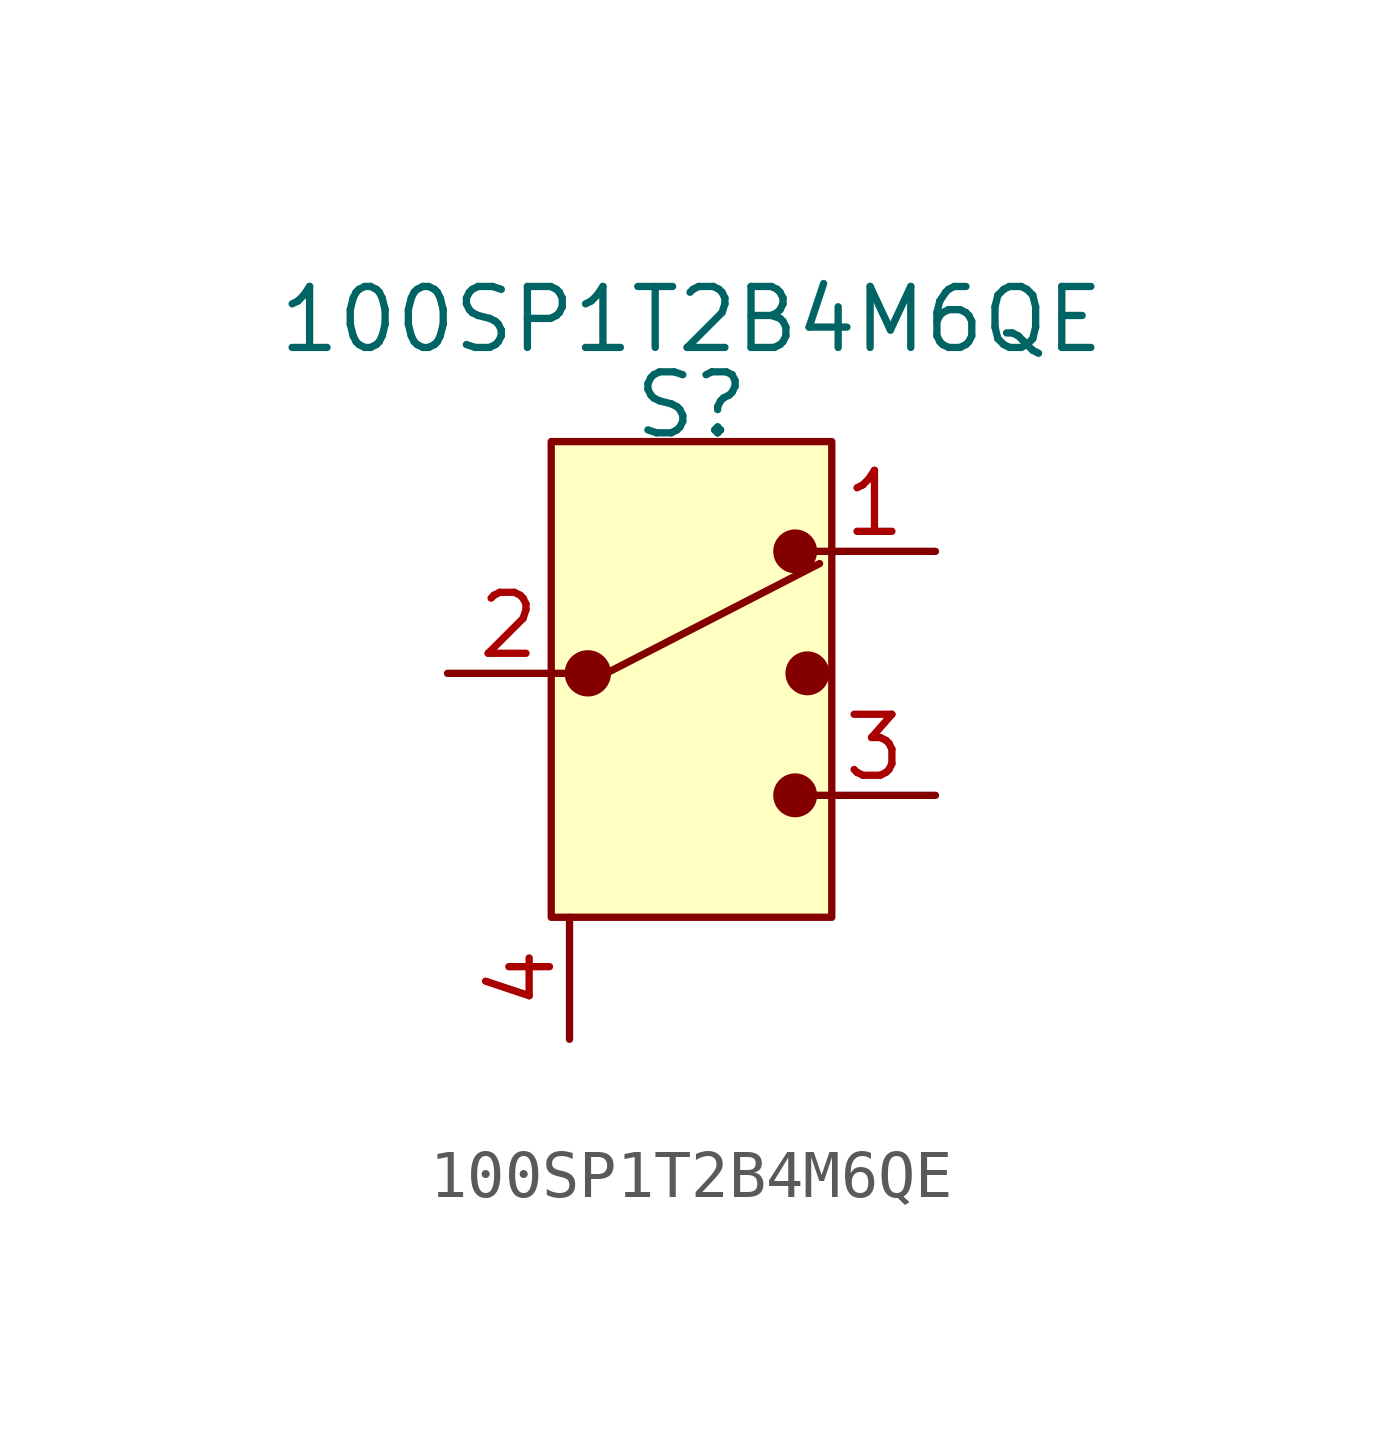
<source format=kicad_sym>
(kicad_symbol_lib
  (version 20220914)
  (generator kicad_symbol_editor)
  (symbol "100SP1T2B4M6QE"
    (pin_names
      (offset 0) hide)
    (property "Reference" "S"
      (at 0 5.588 0)
      (effects (font (size 1.27 1.27))))
    (property "Value" "100SP1T2B4M6QE"
      (at 0 7.366 0)
      (effects (font (size 1.27 1.27))))
    (symbol "100SP1T2B4M6QE_0_1"
      (rectangle (start -2.921 4.826) (end 2.921 -5.08) (stroke (width 0) (type solid)) (fill (type background)))
      (circle (center -2.159 0) (radius 0.406) (stroke (width 0) (type solid)) (fill (type outline)))
      (polyline (pts (xy 2.667 2.286) (xy -1.778 0)) (stroke (width 0) (type solid)) (fill (type none)))
      (circle (center 2.159 -2.54) (radius 0.381) (stroke (width 0) (type solid)) (fill (type outline)))
      (circle (center 2.159 2.54) (radius 0.381) (stroke (width 0) (type solid)) (fill (type outline)))
      (circle (center 2.413 0) (radius 0.381) (stroke (width 0) (type solid)) (fill (type outline))))
    (symbol "100SP1T2B4M6QE_1_1"
      (pin passive line (at 5.08 2.54 180) (length 2.54) (name "~" (effects (font (size 1.27 1.27)))) (number "1" (effects (font (size 1.27 1.27)))))
      (pin passive line (at -5.08 0 0) (length 2.54) (name "Com" (effects (font (size 1.27 1.27)))) (number "2" (effects (font (size 1.27 1.27)))))
      (pin passive line (at 5.08 -2.54 180) (length 2.54) (name "~" (effects (font (size 1.27 1.27)))) (number "3" (effects (font (size 1.27 1.27)))))
      (pin unspecified line (at -2.54 -7.62 90) (length 2.54) (name "~" (effects (font (size 1.27 1.27)))) (number "4" (effects (font (size 1.27 1.27))))))))
</source>
